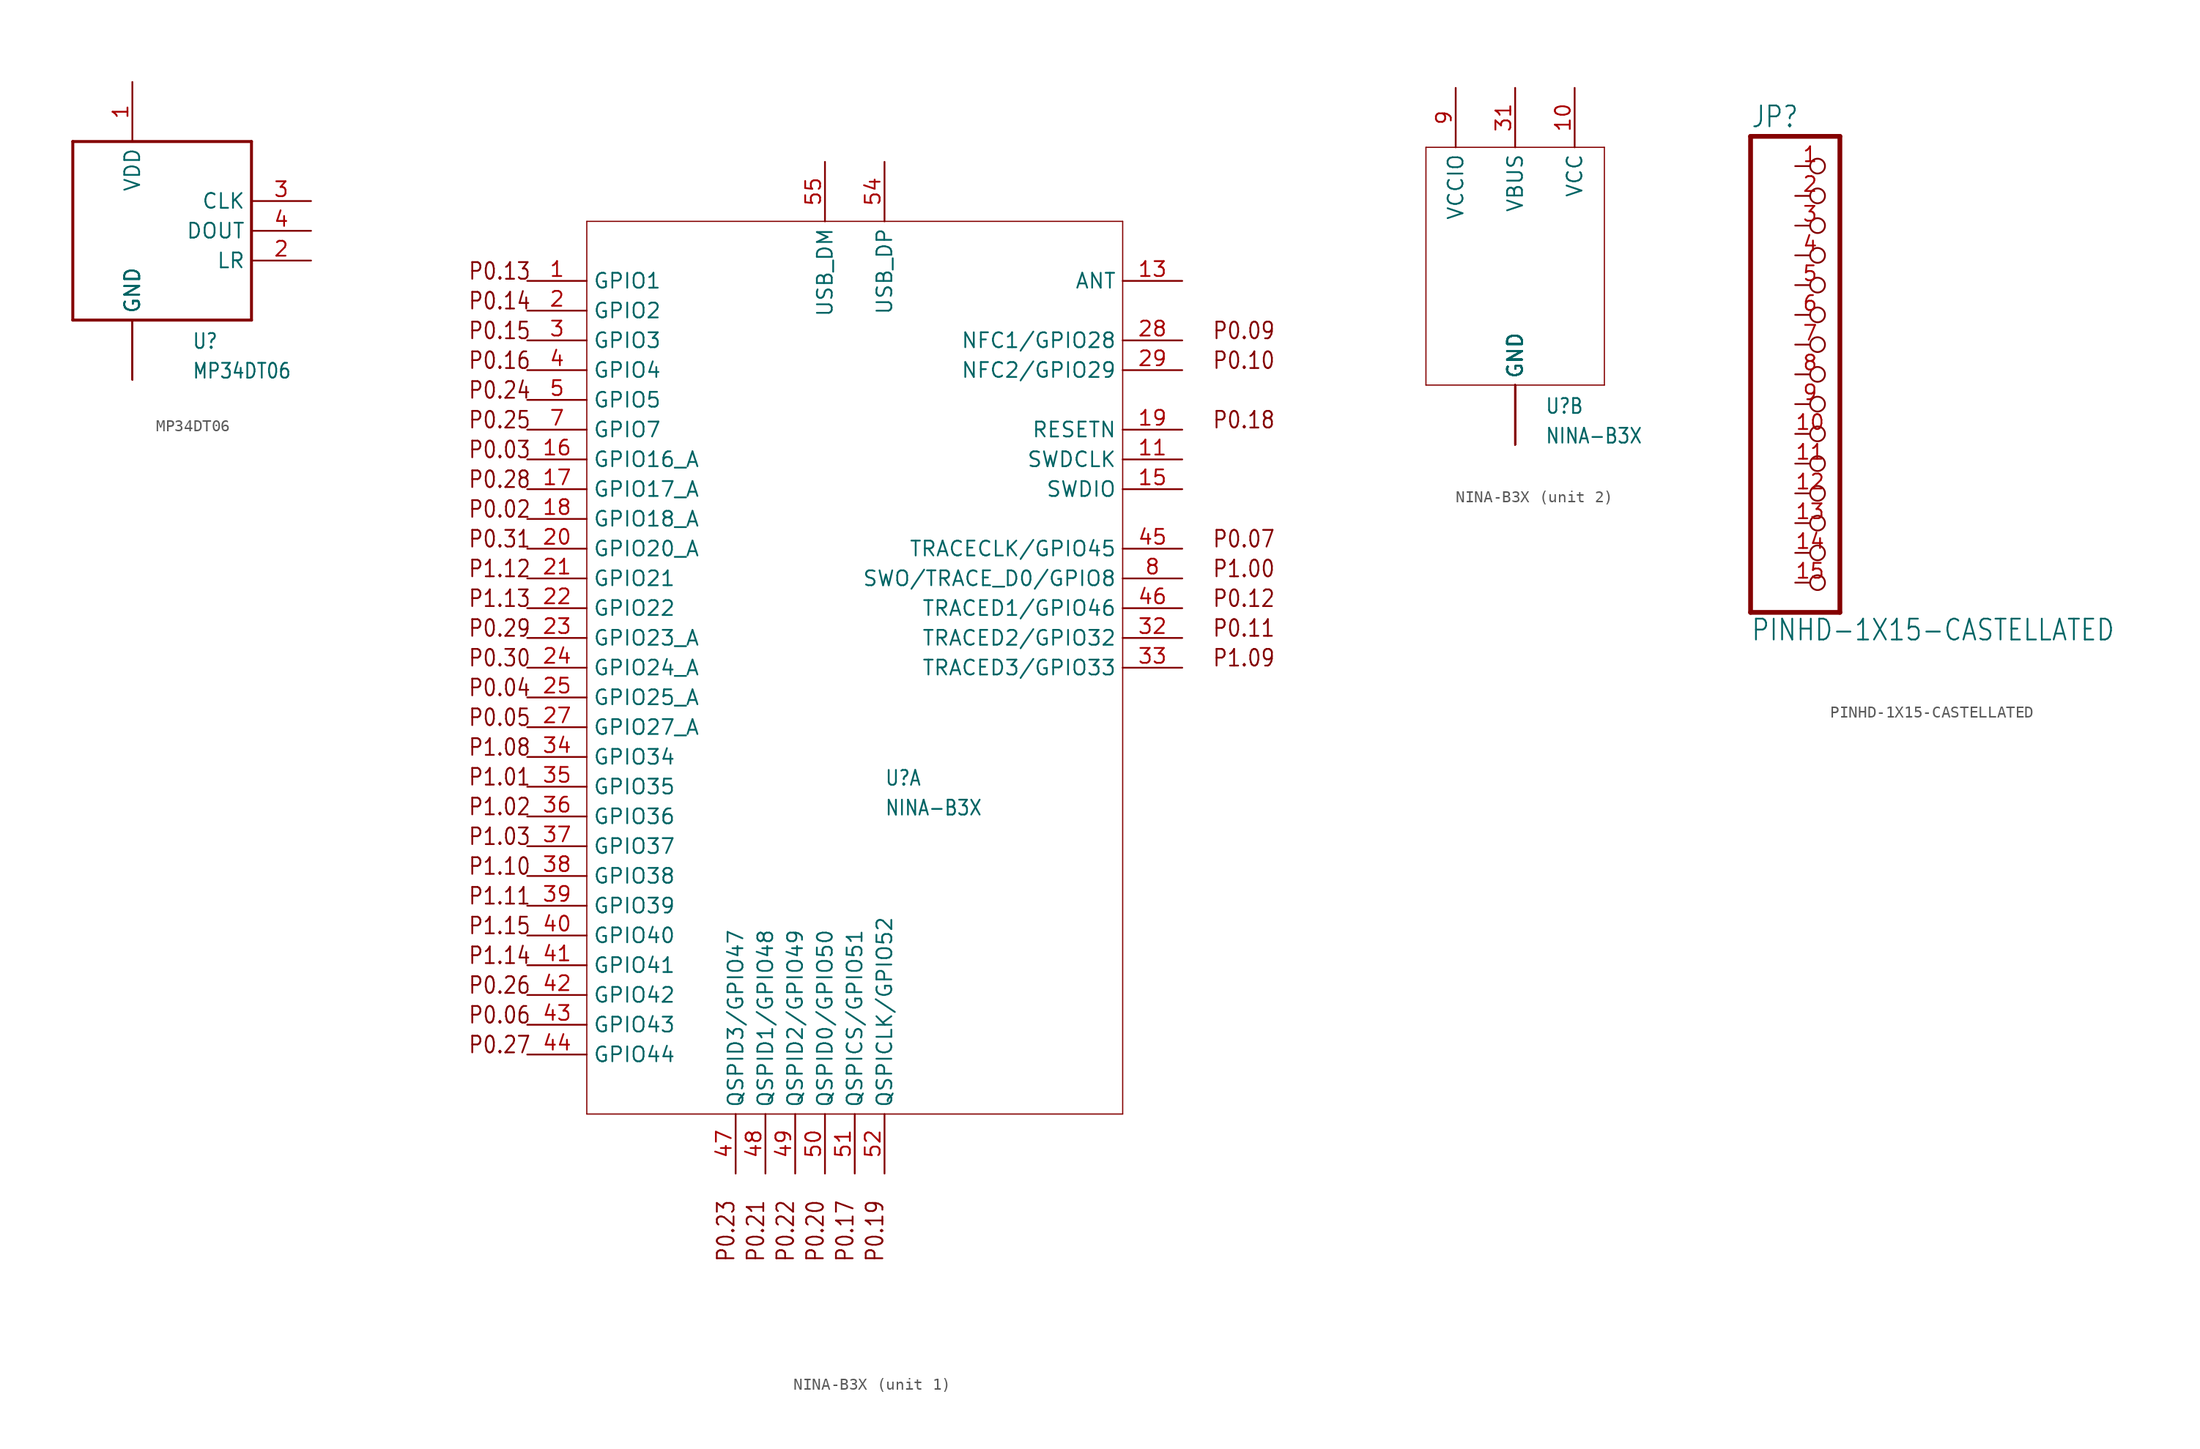
<source format=kicad_sym>
(kicad_symbol_lib
  (version 20211014)
  (generator kicad_symbol_editor)
  (symbol "MP34DT06"
    (property "Reference" "U"
      (at 0 -10.16 0)
      (effects (font (size 1.27 1.079)) (justify left bottom)))
    (property "Value" "MP34DT06"
      (at 0 -12.7 0)
      (effects (font (size 1.27 1.079)) (justify left bottom)))
    (property "ki_locked" ""
      (at 0 0 0)
      (effects (font (size 1.27 1.27))))
    (symbol "MP34DT06_1_0"
      (polyline (pts (xy -10.16 -7.62) (xy 5.08 -7.62)) (stroke (width 0.254) (type default) (color 0 0 0 0)) (fill (type none)))
      (polyline (pts (xy -10.16 7.62) (xy -10.16 -7.62)) (stroke (width 0.254) (type default) (color 0 0 0 0)) (fill (type none)))
      (polyline (pts (xy 5.08 -7.62) (xy 5.08 7.62)) (stroke (width 0.254) (type default) (color 0 0 0 0)) (fill (type none)))
      (polyline (pts (xy 5.08 7.62) (xy -10.16 7.62)) (stroke (width 0.254) (type default) (color 0 0 0 0)) (fill (type none)))
      (pin power_in line (at -5.08 12.7 270) (length 5.08) (name "VDD" (effects (font (size 1.27 1.27)))) (number "1" (effects (font (size 1.27 1.27)))))
      (pin bidirectional line (at 10.16 -2.54 180) (length 5.08) (name "LR" (effects (font (size 1.27 1.27)))) (number "2" (effects (font (size 1.27 1.27)))))
      (pin bidirectional line (at 10.16 2.54 180) (length 5.08) (name "CLK" (effects (font (size 1.27 1.27)))) (number "3" (effects (font (size 1.27 1.27)))))
      (pin bidirectional line (at 10.16 0 180) (length 5.08) (name "DOUT" (effects (font (size 1.27 1.27)))) (number "4" (effects (font (size 1.27 1.27)))))
      (pin power_in line (at -5.08 -12.7 90) (length 5.08) (name "GND" (effects (font (size 1.27 1.27)))) (number "GND" (effects (font (size 0 0)))))
      (pin power_in line (at -5.08 -12.7 90) (length 5.08) (name "GND" (effects (font (size 1.27 1.27)))) (number "GND@2" (effects (font (size 0 0)))))
      (pin power_in line (at -5.08 -12.7 90) (length 5.08) (name "GND" (effects (font (size 1.27 1.27)))) (number "GND@3" (effects (font (size 0 0)))))
      (pin power_in line (at -5.08 -12.7 90) (length 5.08) (name "GND" (effects (font (size 1.27 1.27)))) (number "GND@4" (effects (font (size 0 0)))))))
  (symbol "NINA-B3X"
    (property "Reference" "U"
      (at 2.54 -12.7 0)
      (effects (font (size 1.27 1.079)) (justify left bottom)))
    (property "Value" "NINA-B3X"
      (at 2.54 -15.24 0)
      (effects (font (size 1.27 1.079)) (justify left bottom)))
    (property "ki_locked" ""
      (at 0 0 0)
      (effects (font (size 1.27 1.27))))
    (symbol "NINA-B3X_1_0"
      (polyline (pts (xy -22.86 -40.64) (xy 22.86 -40.64)) (stroke (width 0.1) (type default) (color 0 0 0 0)) (fill (type none)))
      (polyline (pts (xy -22.86 35.56) (xy -22.86 -40.64)) (stroke (width 0.1) (type default) (color 0 0 0 0)) (fill (type none)))
      (polyline (pts (xy 22.86 -40.64) (xy 22.86 35.56)) (stroke (width 0.1) (type default) (color 0 0 0 0)) (fill (type none)))
      (polyline (pts (xy 22.86 35.56) (xy -22.86 35.56)) (stroke (width 0.1) (type default) (color 0 0 0 0)) (fill (type none)))
      (text "P0.02" (at -33.02 10.16 0) (effects (font (size 1.422 1.209)) (justify left bottom)))
      (text "P0.03" (at -33.02 15.24 0) (effects (font (size 1.422 1.209)) (justify left bottom)))
      (text "P0.04" (at -33.02 -5.08 0) (effects (font (size 1.422 1.209)) (justify left bottom)))
      (text "P0.05" (at -33.02 -7.62 0) (effects (font (size 1.422 1.209)) (justify left bottom)))
      (text "P0.06" (at -33.02 -33.02 0) (effects (font (size 1.422 1.209)) (justify left bottom)))
      (text "P0.07" (at 30.48 7.62 0) (effects (font (size 1.422 1.209)) (justify left bottom)))
      (text "P0.09" (at 30.48 25.4 0) (effects (font (size 1.422 1.209)) (justify left bottom)))
      (text "P0.10" (at 30.48 22.86 0) (effects (font (size 1.422 1.209)) (justify left bottom)))
      (text "P0.11" (at 30.48 0 0) (effects (font (size 1.422 1.209)) (justify left bottom)))
      (text "P0.12" (at 30.48 2.54 0) (effects (font (size 1.422 1.209)) (justify left bottom)))
      (text "P0.13" (at -33.02 30.48 0) (effects (font (size 1.422 1.209)) (justify left bottom)))
      (text "P0.14" (at -33.02 27.94 0) (effects (font (size 1.422 1.209)) (justify left bottom)))
      (text "P0.15" (at -33.02 25.4 0) (effects (font (size 1.422 1.209)) (justify left bottom)))
      (text "P0.16" (at -33.02 22.86 0) (effects (font (size 1.422 1.209)) (justify left bottom)))
      (text "P0.17" (at 0 -53.34 900) (effects (font (size 1.422 1.209)) (justify left bottom)))
      (text "P0.18" (at 30.48 17.78 0) (effects (font (size 1.422 1.209)) (justify left bottom)))
      (text "P0.19" (at 2.54 -53.34 900) (effects (font (size 1.422 1.209)) (justify left bottom)))
      (text "P0.20" (at -2.54 -53.34 900) (effects (font (size 1.422 1.209)) (justify left bottom)))
      (text "P0.21" (at -7.62 -53.34 900) (effects (font (size 1.422 1.209)) (justify left bottom)))
      (text "P0.22" (at -5.08 -53.34 900) (effects (font (size 1.422 1.209)) (justify left bottom)))
      (text "P0.23" (at -10.16 -53.34 900) (effects (font (size 1.422 1.209)) (justify left bottom)))
      (text "P0.24" (at -33.02 20.32 0) (effects (font (size 1.422 1.209)) (justify left bottom)))
      (text "P0.25" (at -33.02 17.78 0) (effects (font (size 1.422 1.209)) (justify left bottom)))
      (text "P0.26" (at -33.02 -30.48 0) (effects (font (size 1.422 1.209)) (justify left bottom)))
      (text "P0.27" (at -33.02 -35.56 0) (effects (font (size 1.422 1.209)) (justify left bottom)))
      (text "P0.28" (at -33.02 12.7 0) (effects (font (size 1.422 1.209)) (justify left bottom)))
      (text "P0.29" (at -33.02 0 0) (effects (font (size 1.422 1.209)) (justify left bottom)))
      (text "P0.30" (at -33.02 -2.54 0) (effects (font (size 1.422 1.209)) (justify left bottom)))
      (text "P0.31" (at -33.02 7.62 0) (effects (font (size 1.422 1.209)) (justify left bottom)))
      (text "P1.00" (at 30.48 5.08 0) (effects (font (size 1.422 1.209)) (justify left bottom)))
      (text "P1.01" (at -33.02 -12.7 0) (effects (font (size 1.422 1.209)) (justify left bottom)))
      (text "P1.02" (at -33.02 -15.24 0) (effects (font (size 1.422 1.209)) (justify left bottom)))
      (text "P1.03" (at -33.02 -17.78 0) (effects (font (size 1.422 1.209)) (justify left bottom)))
      (text "P1.08" (at -33.02 -10.16 0) (effects (font (size 1.422 1.209)) (justify left bottom)))
      (text "P1.09" (at 30.48 -2.54 0) (effects (font (size 1.422 1.209)) (justify left bottom)))
      (text "P1.10" (at -33.02 -20.32 0) (effects (font (size 1.422 1.209)) (justify left bottom)))
      (text "P1.11" (at -33.02 -22.86 0) (effects (font (size 1.422 1.209)) (justify left bottom)))
      (text "P1.12" (at -33.02 5.08 0) (effects (font (size 1.422 1.209)) (justify left bottom)))
      (text "P1.13" (at -33.02 2.54 0) (effects (font (size 1.422 1.209)) (justify left bottom)))
      (text "P1.14" (at -33.02 -27.94 0) (effects (font (size 1.422 1.209)) (justify left bottom)))
      (text "P1.15" (at -33.02 -25.4 0) (effects (font (size 1.422 1.209)) (justify left bottom)))
      (pin bidirectional line (at -27.94 30.48 0) (length 5.08) (name "GPIO1" (effects (font (size 1.27 1.27)))) (number "1" (effects (font (size 1.27 1.27)))))
      (pin bidirectional line (at 27.94 15.24 180) (length 5.08) (name "SWDCLK" (effects (font (size 1.27 1.27)))) (number "11" (effects (font (size 1.27 1.27)))))
      (pin bidirectional line (at 27.94 30.48 180) (length 5.08) (name "ANT" (effects (font (size 1.27 1.27)))) (number "13" (effects (font (size 1.27 1.27)))))
      (pin bidirectional line (at 27.94 12.7 180) (length 5.08) (name "SWDIO" (effects (font (size 1.27 1.27)))) (number "15" (effects (font (size 1.27 1.27)))))
      (pin bidirectional line (at -27.94 15.24 0) (length 5.08) (name "GPIO16_A" (effects (font (size 1.27 1.27)))) (number "16" (effects (font (size 1.27 1.27)))))
      (pin bidirectional line (at -27.94 12.7 0) (length 5.08) (name "GPIO17_A" (effects (font (size 1.27 1.27)))) (number "17" (effects (font (size 1.27 1.27)))))
      (pin bidirectional line (at -27.94 10.16 0) (length 5.08) (name "GPIO18_A" (effects (font (size 1.27 1.27)))) (number "18" (effects (font (size 1.27 1.27)))))
      (pin bidirectional line (at 27.94 17.78 180) (length 5.08) (name "RESETN" (effects (font (size 1.27 1.27)))) (number "19" (effects (font (size 1.27 1.27)))))
      (pin bidirectional line (at -27.94 27.94 0) (length 5.08) (name "GPIO2" (effects (font (size 1.27 1.27)))) (number "2" (effects (font (size 1.27 1.27)))))
      (pin bidirectional line (at -27.94 7.62 0) (length 5.08) (name "GPIO20_A" (effects (font (size 1.27 1.27)))) (number "20" (effects (font (size 1.27 1.27)))))
      (pin bidirectional line (at -27.94 5.08 0) (length 5.08) (name "GPIO21" (effects (font (size 1.27 1.27)))) (number "21" (effects (font (size 1.27 1.27)))))
      (pin bidirectional line (at -27.94 2.54 0) (length 5.08) (name "GPIO22" (effects (font (size 1.27 1.27)))) (number "22" (effects (font (size 1.27 1.27)))))
      (pin bidirectional line (at -27.94 0 0) (length 5.08) (name "GPIO23_A" (effects (font (size 1.27 1.27)))) (number "23" (effects (font (size 1.27 1.27)))))
      (pin bidirectional line (at -27.94 -2.54 0) (length 5.08) (name "GPIO24_A" (effects (font (size 1.27 1.27)))) (number "24" (effects (font (size 1.27 1.27)))))
      (pin bidirectional line (at -27.94 -5.08 0) (length 5.08) (name "GPIO25_A" (effects (font (size 1.27 1.27)))) (number "25" (effects (font (size 1.27 1.27)))))
      (pin bidirectional line (at -27.94 -7.62 0) (length 5.08) (name "GPIO27_A" (effects (font (size 1.27 1.27)))) (number "27" (effects (font (size 1.27 1.27)))))
      (pin bidirectional line (at 27.94 25.4 180) (length 5.08) (name "NFC1/GPIO28" (effects (font (size 1.27 1.27)))) (number "28" (effects (font (size 1.27 1.27)))))
      (pin bidirectional line (at 27.94 22.86 180) (length 5.08) (name "NFC2/GPIO29" (effects (font (size 1.27 1.27)))) (number "29" (effects (font (size 1.27 1.27)))))
      (pin bidirectional line (at -27.94 25.4 0) (length 5.08) (name "GPIO3" (effects (font (size 1.27 1.27)))) (number "3" (effects (font (size 1.27 1.27)))))
      (pin bidirectional line (at 27.94 0 180) (length 5.08) (name "TRACED2/GPIO32" (effects (font (size 1.27 1.27)))) (number "32" (effects (font (size 1.27 1.27)))))
      (pin bidirectional line (at 27.94 -2.54 180) (length 5.08) (name "TRACED3/GPIO33" (effects (font (size 1.27 1.27)))) (number "33" (effects (font (size 1.27 1.27)))))
      (pin bidirectional line (at -27.94 -10.16 0) (length 5.08) (name "GPIO34" (effects (font (size 1.27 1.27)))) (number "34" (effects (font (size 1.27 1.27)))))
      (pin bidirectional line (at -27.94 -12.7 0) (length 5.08) (name "GPIO35" (effects (font (size 1.27 1.27)))) (number "35" (effects (font (size 1.27 1.27)))))
      (pin bidirectional line (at -27.94 -15.24 0) (length 5.08) (name "GPIO36" (effects (font (size 1.27 1.27)))) (number "36" (effects (font (size 1.27 1.27)))))
      (pin bidirectional line (at -27.94 -17.78 0) (length 5.08) (name "GPIO37" (effects (font (size 1.27 1.27)))) (number "37" (effects (font (size 1.27 1.27)))))
      (pin bidirectional line (at -27.94 -20.32 0) (length 5.08) (name "GPIO38" (effects (font (size 1.27 1.27)))) (number "38" (effects (font (size 1.27 1.27)))))
      (pin bidirectional line (at -27.94 -22.86 0) (length 5.08) (name "GPIO39" (effects (font (size 1.27 1.27)))) (number "39" (effects (font (size 1.27 1.27)))))
      (pin bidirectional line (at -27.94 22.86 0) (length 5.08) (name "GPIO4" (effects (font (size 1.27 1.27)))) (number "4" (effects (font (size 1.27 1.27)))))
      (pin bidirectional line (at -27.94 -25.4 0) (length 5.08) (name "GPIO40" (effects (font (size 1.27 1.27)))) (number "40" (effects (font (size 1.27 1.27)))))
      (pin bidirectional line (at -27.94 -27.94 0) (length 5.08) (name "GPIO41" (effects (font (size 1.27 1.27)))) (number "41" (effects (font (size 1.27 1.27)))))
      (pin bidirectional line (at -27.94 -30.48 0) (length 5.08) (name "GPIO42" (effects (font (size 1.27 1.27)))) (number "42" (effects (font (size 1.27 1.27)))))
      (pin bidirectional line (at -27.94 -33.02 0) (length 5.08) (name "GPIO43" (effects (font (size 1.27 1.27)))) (number "43" (effects (font (size 1.27 1.27)))))
      (pin bidirectional line (at -27.94 -35.56 0) (length 5.08) (name "GPIO44" (effects (font (size 1.27 1.27)))) (number "44" (effects (font (size 1.27 1.27)))))
      (pin bidirectional line (at 27.94 7.62 180) (length 5.08) (name "TRACECLK/GPIO45" (effects (font (size 1.27 1.27)))) (number "45" (effects (font (size 1.27 1.27)))))
      (pin bidirectional line (at 27.94 2.54 180) (length 5.08) (name "TRACED1/GPIO46" (effects (font (size 1.27 1.27)))) (number "46" (effects (font (size 1.27 1.27)))))
      (pin bidirectional line (at -10.16 -45.72 90) (length 5.08) (name "QSPID3/GPIO47" (effects (font (size 1.27 1.27)))) (number "47" (effects (font (size 1.27 1.27)))))
      (pin bidirectional line (at -7.62 -45.72 90) (length 5.08) (name "QSPID1/GPIO48" (effects (font (size 1.27 1.27)))) (number "48" (effects (font (size 1.27 1.27)))))
      (pin bidirectional line (at -5.08 -45.72 90) (length 5.08) (name "QSPID2/GPIO49" (effects (font (size 1.27 1.27)))) (number "49" (effects (font (size 1.27 1.27)))))
      (pin bidirectional line (at -27.94 20.32 0) (length 5.08) (name "GPIO5" (effects (font (size 1.27 1.27)))) (number "5" (effects (font (size 1.27 1.27)))))
      (pin bidirectional line (at -2.54 -45.72 90) (length 5.08) (name "QSPID0/GPIO50" (effects (font (size 1.27 1.27)))) (number "50" (effects (font (size 1.27 1.27)))))
      (pin bidirectional line (at 0 -45.72 90) (length 5.08) (name "QSPICS/GPIO51" (effects (font (size 1.27 1.27)))) (number "51" (effects (font (size 1.27 1.27)))))
      (pin bidirectional line (at 2.54 -45.72 90) (length 5.08) (name "QSPICLK/GPIO52" (effects (font (size 1.27 1.27)))) (number "52" (effects (font (size 1.27 1.27)))))
      (pin bidirectional line (at 2.54 40.64 270) (length 5.08) (name "USB_DP" (effects (font (size 1.27 1.27)))) (number "54" (effects (font (size 1.27 1.27)))))
      (pin bidirectional line (at -2.54 40.64 270) (length 5.08) (name "USB_DM" (effects (font (size 1.27 1.27)))) (number "55" (effects (font (size 1.27 1.27)))))
      (pin bidirectional line (at -27.94 17.78 0) (length 5.08) (name "GPIO7" (effects (font (size 1.27 1.27)))) (number "7" (effects (font (size 1.27 1.27)))))
      (pin bidirectional line (at 27.94 5.08 180) (length 5.08) (name "SWO/TRACE_D0/GPIO8" (effects (font (size 1.27 1.27)))) (number "8" (effects (font (size 1.27 1.27))))))
    (symbol "NINA-B3X_2_0"
      (polyline (pts (xy -7.62 -10.16) (xy 7.62 -10.16)) (stroke (width 0.1) (type default) (color 0 0 0 0)) (fill (type none)))
      (polyline (pts (xy -7.62 10.16) (xy -7.62 -10.16)) (stroke (width 0.1) (type default) (color 0 0 0 0)) (fill (type none)))
      (polyline (pts (xy 7.62 -10.16) (xy 7.62 10.16)) (stroke (width 0.1) (type default) (color 0 0 0 0)) (fill (type none)))
      (polyline (pts (xy 7.62 10.16) (xy -7.62 10.16)) (stroke (width 0.1) (type default) (color 0 0 0 0)) (fill (type none)))
      (pin power_in line (at 5.08 15.24 270) (length 5.08) (name "VCC" (effects (font (size 1.27 1.27)))) (number "10" (effects (font (size 1.27 1.27)))))
      (pin power_in line (at 0 -15.24 90) (length 5.08) (name "GND" (effects (font (size 1.27 1.27)))) (number "12" (effects (font (size 0 0)))))
      (pin power_in line (at 0 -15.24 90) (length 5.08) (name "GND" (effects (font (size 1.27 1.27)))) (number "14" (effects (font (size 0 0)))))
      (pin power_in line (at 0 -15.24 90) (length 5.08) (name "GND" (effects (font (size 1.27 1.27)))) (number "26" (effects (font (size 0 0)))))
      (pin power_in line (at 0 -15.24 90) (length 5.08) (name "GND" (effects (font (size 1.27 1.27)))) (number "30" (effects (font (size 0 0)))))
      (pin power_in line (at 0 15.24 270) (length 5.08) (name "VBUS" (effects (font (size 1.27 1.27)))) (number "31" (effects (font (size 1.27 1.27)))))
      (pin power_in line (at 0 -15.24 90) (length 5.08) (name "GND" (effects (font (size 1.27 1.27)))) (number "53" (effects (font (size 0 0)))))
      (pin power_in line (at 0 -15.24 90) (length 5.08) (name "GND" (effects (font (size 1.27 1.27)))) (number "6" (effects (font (size 0 0)))))
      (pin power_in line (at -5.08 15.24 270) (length 5.08) (name "VCCIO" (effects (font (size 1.27 1.27)))) (number "9" (effects (font (size 1.27 1.27)))))
      (pin power_in line (at 0 -15.24 90) (length 5.08) (name "GND" (effects (font (size 1.27 1.27)))) (number "GND@1" (effects (font (size 0 0)))))
      (pin power_in line (at 0 -15.24 90) (length 5.08) (name "GND" (effects (font (size 1.27 1.27)))) (number "GND@10" (effects (font (size 0 0)))))
      (pin power_in line (at 0 -15.24 90) (length 5.08) (name "GND" (effects (font (size 1.27 1.27)))) (number "GND@11" (effects (font (size 0 0)))))
      (pin power_in line (at 0 -15.24 90) (length 5.08) (name "GND" (effects (font (size 1.27 1.27)))) (number "GND@12" (effects (font (size 0 0)))))
      (pin power_in line (at 0 -15.24 90) (length 5.08) (name "GND" (effects (font (size 1.27 1.27)))) (number "GND@2" (effects (font (size 0 0)))))
      (pin power_in line (at 0 -15.24 90) (length 5.08) (name "GND" (effects (font (size 1.27 1.27)))) (number "GND@3" (effects (font (size 0 0)))))
      (pin power_in line (at 0 -15.24 90) (length 5.08) (name "GND" (effects (font (size 1.27 1.27)))) (number "GND@4" (effects (font (size 0 0)))))
      (pin power_in line (at 0 -15.24 90) (length 5.08) (name "GND" (effects (font (size 1.27 1.27)))) (number "GND@5" (effects (font (size 0 0)))))
      (pin power_in line (at 0 -15.24 90) (length 5.08) (name "GND" (effects (font (size 1.27 1.27)))) (number "GND@6" (effects (font (size 0 0)))))
      (pin power_in line (at 0 -15.24 90) (length 5.08) (name "GND" (effects (font (size 1.27 1.27)))) (number "GND@7" (effects (font (size 0 0)))))
      (pin power_in line (at 0 -15.24 90) (length 5.08) (name "GND" (effects (font (size 1.27 1.27)))) (number "GND@8" (effects (font (size 0 0)))))
      (pin power_in line (at 0 -15.24 90) (length 5.08) (name "GND" (effects (font (size 1.27 1.27)))) (number "GND@9" (effects (font (size 0 0)))))))
  (symbol "PINHD-1X15-CASTELLATED"
    (property "Reference" "JP"
      (at -6.35 20.955 0)
      (effects (font (size 1.778 1.511)) (justify left bottom)))
    (property "Value" "PINHD-1X15-CASTELLATED"
      (at -6.35 -22.86 0)
      (effects (font (size 1.778 1.511)) (justify left bottom)))
    (property "ki_locked" ""
      (at 0 0 0)
      (effects (font (size 1.27 1.27))))
    (symbol "PINHD-1X15-CASTELLATED_1_0"
      (polyline (pts (xy -6.35 -20.32) (xy 1.27 -20.32)) (stroke (width 0.406) (type default) (color 0 0 0 0)) (fill (type none)))
      (polyline (pts (xy -6.35 20.32) (xy -6.35 -20.32)) (stroke (width 0.406) (type default) (color 0 0 0 0)) (fill (type none)))
      (polyline (pts (xy 1.27 -20.32) (xy 1.27 20.32)) (stroke (width 0.406) (type default) (color 0 0 0 0)) (fill (type none)))
      (polyline (pts (xy 1.27 20.32) (xy -6.35 20.32)) (stroke (width 0.406) (type default) (color 0 0 0 0)) (fill (type none)))
      (pin passive inverted (at -2.54 17.78 0) (length 2.54) (name "1" (effects (font (size 0 0)))) (number "1" (effects (font (size 1.27 1.27)))))
      (pin passive inverted (at -2.54 -5.08 0) (length 2.54) (name "10" (effects (font (size 0 0)))) (number "10" (effects (font (size 1.27 1.27)))))
      (pin passive inverted (at -2.54 -7.62 0) (length 2.54) (name "11" (effects (font (size 0 0)))) (number "11" (effects (font (size 1.27 1.27)))))
      (pin passive inverted (at -2.54 -10.16 0) (length 2.54) (name "12" (effects (font (size 0 0)))) (number "12" (effects (font (size 1.27 1.27)))))
      (pin passive inverted (at -2.54 -12.7 0) (length 2.54) (name "13" (effects (font (size 0 0)))) (number "13" (effects (font (size 1.27 1.27)))))
      (pin passive inverted (at -2.54 -15.24 0) (length 2.54) (name "14" (effects (font (size 0 0)))) (number "14" (effects (font (size 1.27 1.27)))))
      (pin passive inverted (at -2.54 -17.78 0) (length 2.54) (name "15" (effects (font (size 0 0)))) (number "15" (effects (font (size 1.27 1.27)))))
      (pin passive inverted (at -2.54 15.24 0) (length 2.54) (name "2" (effects (font (size 0 0)))) (number "2" (effects (font (size 1.27 1.27)))))
      (pin passive inverted (at -2.54 12.7 0) (length 2.54) (name "3" (effects (font (size 0 0)))) (number "3" (effects (font (size 1.27 1.27)))))
      (pin passive inverted (at -2.54 10.16 0) (length 2.54) (name "4" (effects (font (size 0 0)))) (number "4" (effects (font (size 1.27 1.27)))))
      (pin passive inverted (at -2.54 7.62 0) (length 2.54) (name "5" (effects (font (size 0 0)))) (number "5" (effects (font (size 1.27 1.27)))))
      (pin passive inverted (at -2.54 5.08 0) (length 2.54) (name "6" (effects (font (size 0 0)))) (number "6" (effects (font (size 1.27 1.27)))))
      (pin passive inverted (at -2.54 2.54 0) (length 2.54) (name "7" (effects (font (size 0 0)))) (number "7" (effects (font (size 1.27 1.27)))))
      (pin passive inverted (at -2.54 0 0) (length 2.54) (name "8" (effects (font (size 0 0)))) (number "8" (effects (font (size 1.27 1.27)))))
      (pin passive inverted (at -2.54 -2.54 0) (length 2.54) (name "9" (effects (font (size 0 0)))) (number "9" (effects (font (size 1.27 1.27))))))))
</source>
